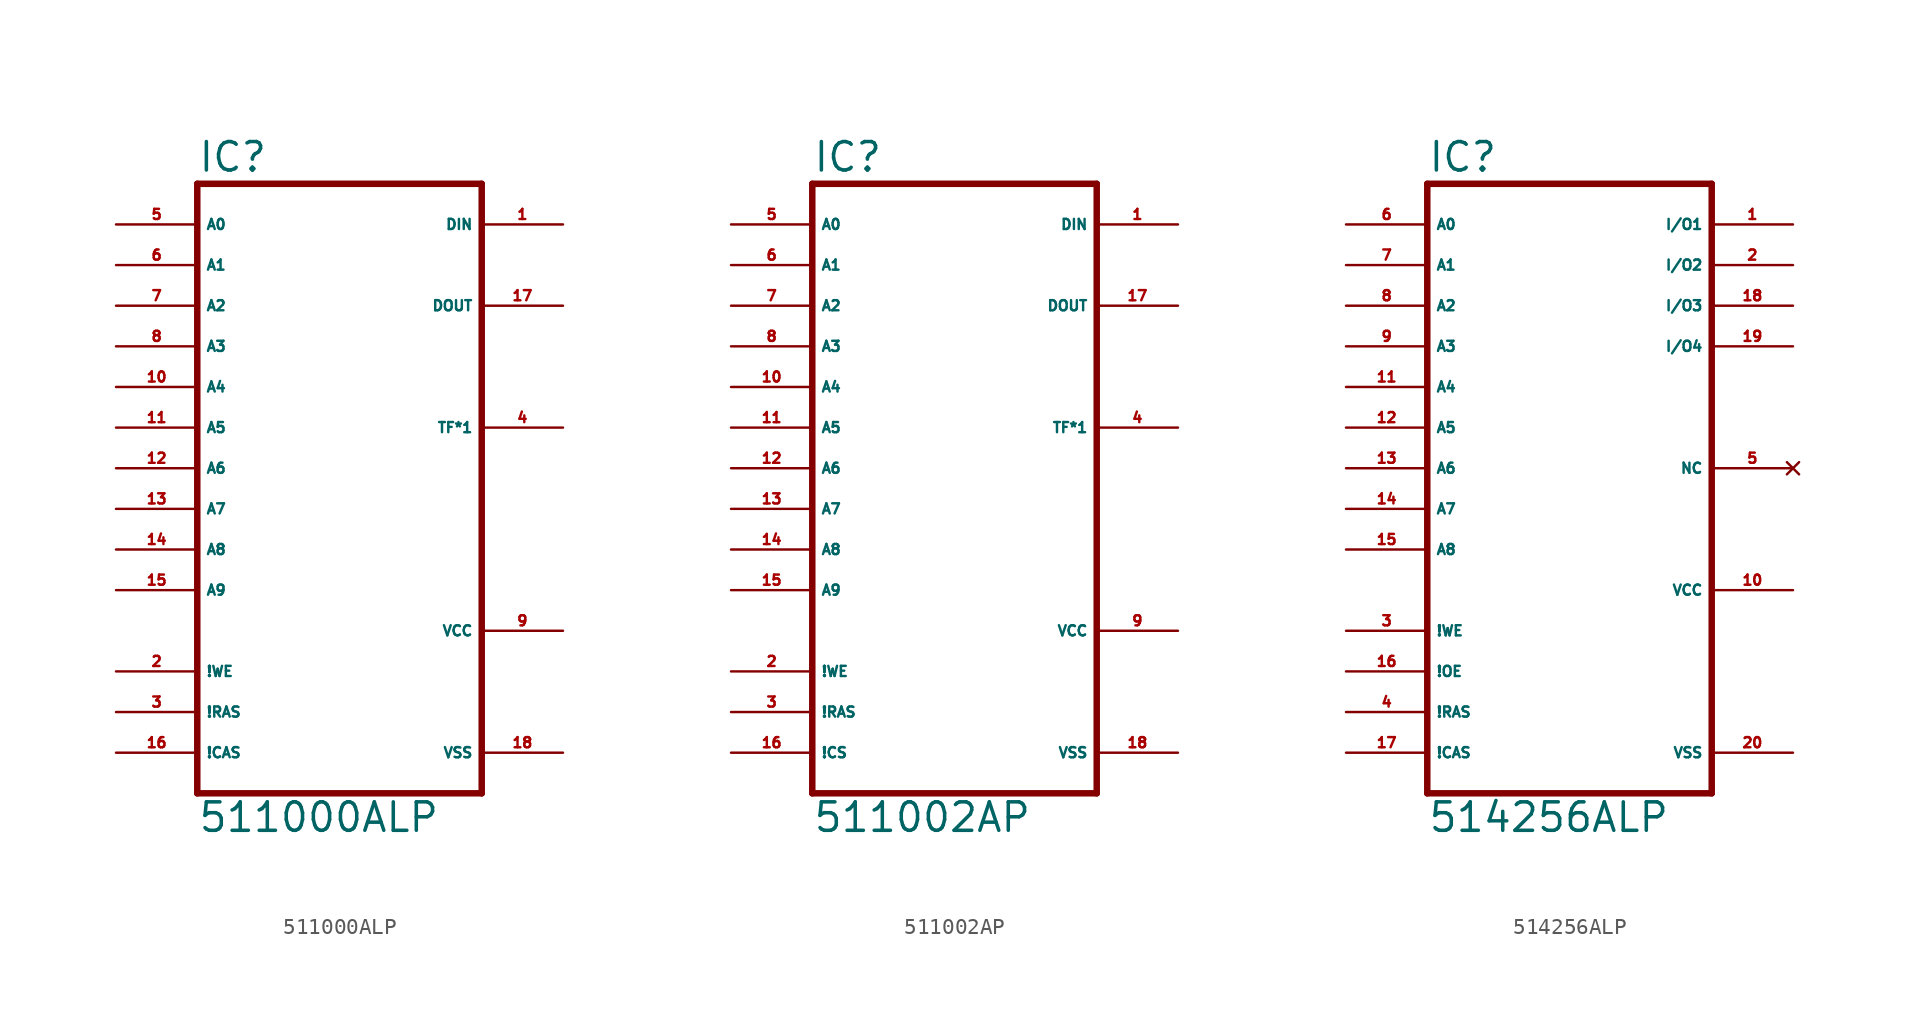
<source format=kicad_sym>
(kicad_symbol_lib
  (version 20220914)
  (generator Eagle2Kicad)
  (symbol "511000ALP"
    (property "Reference" "IC"
      (at -10.16 18.415 0)
      (effects (font (size 1.778 1.778) (thickness 0.22)) (justify left bottom)))
    (property "Value" "511000ALP"
      (at -10.16 -22.86 0)
      (effects (font (size 1.778 1.778) (thickness 0.22)) (justify left bottom)))
    (polyline
      (pts (xy -10.16 -20.32) (xy 7.62 -20.32))
      (stroke (width 0.406) (type default))
      (fill (type none)))
    (polyline
      (pts (xy 7.62 17.78) (xy 7.62 -20.32))
      (stroke (width 0.406) (type default))
      (fill (type none)))
    (polyline
      (pts (xy 7.62 17.78) (xy -10.16 17.78))
      (stroke (width 0.406) (type default))
      (fill (type none)))
    (polyline
      (pts (xy -10.16 -20.32) (xy -10.16 17.78))
      (stroke (width 0.406) (type default))
      (fill (type none)))
    (pin input line
      (at -15.24 15.24 0)
      (length 5.08)
      (name "A0" (effects (font (size 0.635 0.635) (thickness 0.08)) (justify left bottom)))
      (number "5" (effects (font (size 0.635 0.635) (thickness 0.08)) (justify left bottom))))
    (pin input line
      (at -15.24 12.7 0)
      (length 5.08)
      (name "A1" (effects (font (size 0.635 0.635) (thickness 0.08)) (justify left bottom)))
      (number "6" (effects (font (size 0.635 0.635) (thickness 0.08)) (justify left bottom))))
    (pin input line
      (at -15.24 10.16 0)
      (length 5.08)
      (name "A2" (effects (font (size 0.635 0.635) (thickness 0.08)) (justify left bottom)))
      (number "7" (effects (font (size 0.635 0.635) (thickness 0.08)) (justify left bottom))))
    (pin input line
      (at -15.24 7.62 0)
      (length 5.08)
      (name "A3" (effects (font (size 0.635 0.635) (thickness 0.08)) (justify left bottom)))
      (number "8" (effects (font (size 0.635 0.635) (thickness 0.08)) (justify left bottom))))
    (pin input line
      (at -15.24 5.08 0)
      (length 5.08)
      (name "A4" (effects (font (size 0.635 0.635) (thickness 0.08)) (justify left bottom)))
      (number "10" (effects (font (size 0.635 0.635) (thickness 0.08)) (justify left bottom))))
    (pin input line
      (at -15.24 2.54 0)
      (length 5.08)
      (name "A5" (effects (font (size 0.635 0.635) (thickness 0.08)) (justify left bottom)))
      (number "11" (effects (font (size 0.635 0.635) (thickness 0.08)) (justify left bottom))))
    (pin input line
      (at -15.24 0 0)
      (length 5.08)
      (name "A6" (effects (font (size 0.635 0.635) (thickness 0.08)) (justify left bottom)))
      (number "12" (effects (font (size 0.635 0.635) (thickness 0.08)) (justify left bottom))))
    (pin input line
      (at -15.24 -2.54 0)
      (length 5.08)
      (name "A7" (effects (font (size 0.635 0.635) (thickness 0.08)) (justify left bottom)))
      (number "13" (effects (font (size 0.635 0.635) (thickness 0.08)) (justify left bottom))))
    (pin input line
      (at -15.24 -5.08 0)
      (length 5.08)
      (name "A8" (effects (font (size 0.635 0.635) (thickness 0.08)) (justify left bottom)))
      (number "14" (effects (font (size 0.635 0.635) (thickness 0.08)) (justify left bottom))))
    (pin input line
      (at -15.24 -7.62 0)
      (length 5.08)
      (name "A9" (effects (font (size 0.635 0.635) (thickness 0.08)) (justify left bottom)))
      (number "15" (effects (font (size 0.635 0.635) (thickness 0.08)) (justify left bottom))))
    (pin input line
      (at -15.24 -12.7 0)
      (length 5.08)
      (name "!WE" (effects (font (size 0.635 0.635) (thickness 0.08)) (justify left bottom)))
      (number "2" (effects (font (size 0.635 0.635) (thickness 0.08)) (justify left bottom))))
    (pin input line
      (at -15.24 -15.24 0)
      (length 5.08)
      (name "!RAS" (effects (font (size 0.635 0.635) (thickness 0.08)) (justify left bottom)))
      (number "3" (effects (font (size 0.635 0.635) (thickness 0.08)) (justify left bottom))))
    (pin input line
      (at -15.24 -17.78 0)
      (length 5.08)
      (name "!CAS" (effects (font (size 0.635 0.635) (thickness 0.08)) (justify left bottom)))
      (number "16" (effects (font (size 0.635 0.635) (thickness 0.08)) (justify left bottom))))
    (pin unspecified line
      (at 12.7 -17.78 180)
      (length 5.08)
      (name "VSS" (effects (font (size 0.635 0.635) (thickness 0.08)) (justify left bottom)))
      (number "18" (effects (font (size 0.635 0.635) (thickness 0.08)) (justify left bottom))))
    (pin unspecified line
      (at 12.7 -10.16 180)
      (length 5.08)
      (name "VCC" (effects (font (size 0.635 0.635) (thickness 0.08)) (justify left bottom)))
      (number "9" (effects (font (size 0.635 0.635) (thickness 0.08)) (justify left bottom))))
    (pin input line
      (at 12.7 15.24 180)
      (length 5.08)
      (name "DIN" (effects (font (size 0.635 0.635) (thickness 0.08)) (justify left bottom)))
      (number "1" (effects (font (size 0.635 0.635) (thickness 0.08)) (justify left bottom))))
    (pin tri_state line
      (at 12.7 10.16 180)
      (length 5.08)
      (name "DOUT" (effects (font (size 0.635 0.635) (thickness 0.08)) (justify left bottom)))
      (number "17" (effects (font (size 0.635 0.635) (thickness 0.08)) (justify left bottom))))
    (pin passive line
      (at 12.7 2.54 180)
      (length 5.08)
      (name "TF*1" (effects (font (size 0.635 0.635) (thickness 0.08)) (justify left bottom)))
      (number "4" (effects (font (size 0.635 0.635) (thickness 0.08)) (justify left bottom)))))
  (symbol "511002AP"
    (property "Reference" "IC"
      (at -10.16 18.415 0)
      (effects (font (size 1.778 1.778) (thickness 0.22)) (justify left bottom)))
    (property "Value" "511002AP"
      (at -10.16 -22.86 0)
      (effects (font (size 1.778 1.778) (thickness 0.22)) (justify left bottom)))
    (polyline
      (pts (xy -10.16 -20.32) (xy 7.62 -20.32))
      (stroke (width 0.406) (type default))
      (fill (type none)))
    (polyline
      (pts (xy 7.62 17.78) (xy 7.62 -20.32))
      (stroke (width 0.406) (type default))
      (fill (type none)))
    (polyline
      (pts (xy 7.62 17.78) (xy -10.16 17.78))
      (stroke (width 0.406) (type default))
      (fill (type none)))
    (polyline
      (pts (xy -10.16 -20.32) (xy -10.16 17.78))
      (stroke (width 0.406) (type default))
      (fill (type none)))
    (pin input line
      (at -15.24 15.24 0)
      (length 5.08)
      (name "A0" (effects (font (size 0.635 0.635) (thickness 0.08)) (justify left bottom)))
      (number "5" (effects (font (size 0.635 0.635) (thickness 0.08)) (justify left bottom))))
    (pin input line
      (at -15.24 12.7 0)
      (length 5.08)
      (name "A1" (effects (font (size 0.635 0.635) (thickness 0.08)) (justify left bottom)))
      (number "6" (effects (font (size 0.635 0.635) (thickness 0.08)) (justify left bottom))))
    (pin input line
      (at -15.24 10.16 0)
      (length 5.08)
      (name "A2" (effects (font (size 0.635 0.635) (thickness 0.08)) (justify left bottom)))
      (number "7" (effects (font (size 0.635 0.635) (thickness 0.08)) (justify left bottom))))
    (pin input line
      (at -15.24 7.62 0)
      (length 5.08)
      (name "A3" (effects (font (size 0.635 0.635) (thickness 0.08)) (justify left bottom)))
      (number "8" (effects (font (size 0.635 0.635) (thickness 0.08)) (justify left bottom))))
    (pin input line
      (at -15.24 5.08 0)
      (length 5.08)
      (name "A4" (effects (font (size 0.635 0.635) (thickness 0.08)) (justify left bottom)))
      (number "10" (effects (font (size 0.635 0.635) (thickness 0.08)) (justify left bottom))))
    (pin input line
      (at -15.24 2.54 0)
      (length 5.08)
      (name "A5" (effects (font (size 0.635 0.635) (thickness 0.08)) (justify left bottom)))
      (number "11" (effects (font (size 0.635 0.635) (thickness 0.08)) (justify left bottom))))
    (pin input line
      (at -15.24 0 0)
      (length 5.08)
      (name "A6" (effects (font (size 0.635 0.635) (thickness 0.08)) (justify left bottom)))
      (number "12" (effects (font (size 0.635 0.635) (thickness 0.08)) (justify left bottom))))
    (pin input line
      (at -15.24 -2.54 0)
      (length 5.08)
      (name "A7" (effects (font (size 0.635 0.635) (thickness 0.08)) (justify left bottom)))
      (number "13" (effects (font (size 0.635 0.635) (thickness 0.08)) (justify left bottom))))
    (pin input line
      (at -15.24 -5.08 0)
      (length 5.08)
      (name "A8" (effects (font (size 0.635 0.635) (thickness 0.08)) (justify left bottom)))
      (number "14" (effects (font (size 0.635 0.635) (thickness 0.08)) (justify left bottom))))
    (pin input line
      (at -15.24 -7.62 0)
      (length 5.08)
      (name "A9" (effects (font (size 0.635 0.635) (thickness 0.08)) (justify left bottom)))
      (number "15" (effects (font (size 0.635 0.635) (thickness 0.08)) (justify left bottom))))
    (pin input line
      (at -15.24 -12.7 0)
      (length 5.08)
      (name "!WE" (effects (font (size 0.635 0.635) (thickness 0.08)) (justify left bottom)))
      (number "2" (effects (font (size 0.635 0.635) (thickness 0.08)) (justify left bottom))))
    (pin input line
      (at -15.24 -15.24 0)
      (length 5.08)
      (name "!RAS" (effects (font (size 0.635 0.635) (thickness 0.08)) (justify left bottom)))
      (number "3" (effects (font (size 0.635 0.635) (thickness 0.08)) (justify left bottom))))
    (pin input line
      (at -15.24 -17.78 0)
      (length 5.08)
      (name "!CS" (effects (font (size 0.635 0.635) (thickness 0.08)) (justify left bottom)))
      (number "16" (effects (font (size 0.635 0.635) (thickness 0.08)) (justify left bottom))))
    (pin unspecified line
      (at 12.7 -17.78 180)
      (length 5.08)
      (name "VSS" (effects (font (size 0.635 0.635) (thickness 0.08)) (justify left bottom)))
      (number "18" (effects (font (size 0.635 0.635) (thickness 0.08)) (justify left bottom))))
    (pin unspecified line
      (at 12.7 -10.16 180)
      (length 5.08)
      (name "VCC" (effects (font (size 0.635 0.635) (thickness 0.08)) (justify left bottom)))
      (number "9" (effects (font (size 0.635 0.635) (thickness 0.08)) (justify left bottom))))
    (pin input line
      (at 12.7 15.24 180)
      (length 5.08)
      (name "DIN" (effects (font (size 0.635 0.635) (thickness 0.08)) (justify left bottom)))
      (number "1" (effects (font (size 0.635 0.635) (thickness 0.08)) (justify left bottom))))
    (pin tri_state line
      (at 12.7 10.16 180)
      (length 5.08)
      (name "DOUT" (effects (font (size 0.635 0.635) (thickness 0.08)) (justify left bottom)))
      (number "17" (effects (font (size 0.635 0.635) (thickness 0.08)) (justify left bottom))))
    (pin passive line
      (at 12.7 2.54 180)
      (length 5.08)
      (name "TF*1" (effects (font (size 0.635 0.635) (thickness 0.08)) (justify left bottom)))
      (number "4" (effects (font (size 0.635 0.635) (thickness 0.08)) (justify left bottom)))))
  (symbol "514256ALP"
    (property "Reference" "IC"
      (at -10.16 20.955 0)
      (effects (font (size 1.778 1.778) (thickness 0.22)) (justify left bottom)))
    (property "Value" "514256ALP"
      (at -10.16 -20.32 0)
      (effects (font (size 1.778 1.778) (thickness 0.22)) (justify left bottom)))
    (polyline
      (pts (xy -10.16 -17.78) (xy 7.62 -17.78))
      (stroke (width 0.406) (type default))
      (fill (type none)))
    (polyline
      (pts (xy 7.62 20.32) (xy 7.62 -17.78))
      (stroke (width 0.406) (type default))
      (fill (type none)))
    (polyline
      (pts (xy 7.62 20.32) (xy -10.16 20.32))
      (stroke (width 0.406) (type default))
      (fill (type none)))
    (polyline
      (pts (xy -10.16 -17.78) (xy -10.16 20.32))
      (stroke (width 0.406) (type default))
      (fill (type none)))
    (pin input line
      (at -15.24 17.78 0)
      (length 5.08)
      (name "A0" (effects (font (size 0.635 0.635) (thickness 0.08)) (justify left bottom)))
      (number "6" (effects (font (size 0.635 0.635) (thickness 0.08)) (justify left bottom))))
    (pin input line
      (at -15.24 15.24 0)
      (length 5.08)
      (name "A1" (effects (font (size 0.635 0.635) (thickness 0.08)) (justify left bottom)))
      (number "7" (effects (font (size 0.635 0.635) (thickness 0.08)) (justify left bottom))))
    (pin input line
      (at -15.24 12.7 0)
      (length 5.08)
      (name "A2" (effects (font (size 0.635 0.635) (thickness 0.08)) (justify left bottom)))
      (number "8" (effects (font (size 0.635 0.635) (thickness 0.08)) (justify left bottom))))
    (pin input line
      (at -15.24 10.16 0)
      (length 5.08)
      (name "A3" (effects (font (size 0.635 0.635) (thickness 0.08)) (justify left bottom)))
      (number "9" (effects (font (size 0.635 0.635) (thickness 0.08)) (justify left bottom))))
    (pin input line
      (at -15.24 7.62 0)
      (length 5.08)
      (name "A4" (effects (font (size 0.635 0.635) (thickness 0.08)) (justify left bottom)))
      (number "11" (effects (font (size 0.635 0.635) (thickness 0.08)) (justify left bottom))))
    (pin input line
      (at -15.24 5.08 0)
      (length 5.08)
      (name "A5" (effects (font (size 0.635 0.635) (thickness 0.08)) (justify left bottom)))
      (number "12" (effects (font (size 0.635 0.635) (thickness 0.08)) (justify left bottom))))
    (pin input line
      (at -15.24 2.54 0)
      (length 5.08)
      (name "A6" (effects (font (size 0.635 0.635) (thickness 0.08)) (justify left bottom)))
      (number "13" (effects (font (size 0.635 0.635) (thickness 0.08)) (justify left bottom))))
    (pin input line
      (at -15.24 0 0)
      (length 5.08)
      (name "A7" (effects (font (size 0.635 0.635) (thickness 0.08)) (justify left bottom)))
      (number "14" (effects (font (size 0.635 0.635) (thickness 0.08)) (justify left bottom))))
    (pin input line
      (at -15.24 -2.54 0)
      (length 5.08)
      (name "A8" (effects (font (size 0.635 0.635) (thickness 0.08)) (justify left bottom)))
      (number "15" (effects (font (size 0.635 0.635) (thickness 0.08)) (justify left bottom))))
    (pin input line
      (at -15.24 -7.62 0)
      (length 5.08)
      (name "!WE" (effects (font (size 0.635 0.635) (thickness 0.08)) (justify left bottom)))
      (number "3" (effects (font (size 0.635 0.635) (thickness 0.08)) (justify left bottom))))
    (pin input line
      (at -15.24 -10.16 0)
      (length 5.08)
      (name "!OE" (effects (font (size 0.635 0.635) (thickness 0.08)) (justify left bottom)))
      (number "16" (effects (font (size 0.635 0.635) (thickness 0.08)) (justify left bottom))))
    (pin input line
      (at -15.24 -12.7 0)
      (length 5.08)
      (name "!RAS" (effects (font (size 0.635 0.635) (thickness 0.08)) (justify left bottom)))
      (number "4" (effects (font (size 0.635 0.635) (thickness 0.08)) (justify left bottom))))
    (pin input line
      (at -15.24 -15.24 0)
      (length 5.08)
      (name "!CAS" (effects (font (size 0.635 0.635) (thickness 0.08)) (justify left bottom)))
      (number "17" (effects (font (size 0.635 0.635) (thickness 0.08)) (justify left bottom))))
    (pin bidirectional line
      (at 12.7 17.78 180)
      (length 5.08)
      (name "I/O1" (effects (font (size 0.635 0.635) (thickness 0.08)) (justify left bottom)))
      (number "1" (effects (font (size 0.635 0.635) (thickness 0.08)) (justify left bottom))))
    (pin bidirectional line
      (at 12.7 15.24 180)
      (length 5.08)
      (name "I/O2" (effects (font (size 0.635 0.635) (thickness 0.08)) (justify left bottom)))
      (number "2" (effects (font (size 0.635 0.635) (thickness 0.08)) (justify left bottom))))
    (pin bidirectional line
      (at 12.7 12.7 180)
      (length 5.08)
      (name "I/O3" (effects (font (size 0.635 0.635) (thickness 0.08)) (justify left bottom)))
      (number "18" (effects (font (size 0.635 0.635) (thickness 0.08)) (justify left bottom))))
    (pin bidirectional line
      (at 12.7 10.16 180)
      (length 5.08)
      (name "I/O4" (effects (font (size 0.635 0.635) (thickness 0.08)) (justify left bottom)))
      (number "19" (effects (font (size 0.635 0.635) (thickness 0.08)) (justify left bottom))))
    (pin unspecified line
      (at 12.7 -15.24 180)
      (length 5.08)
      (name "VSS" (effects (font (size 0.635 0.635) (thickness 0.08)) (justify left bottom)))
      (number "20" (effects (font (size 0.635 0.635) (thickness 0.08)) (justify left bottom))))
    (pin unspecified line
      (at 12.7 -5.08 180)
      (length 5.08)
      (name "VCC" (effects (font (size 0.635 0.635) (thickness 0.08)) (justify left bottom)))
      (number "10" (effects (font (size 0.635 0.635) (thickness 0.08)) (justify left bottom))))
    (pin no_connect line
      (at 12.7 2.54 180)
      (length 5.08)
      (name "NC" (effects (font (size 0.635 0.635) (thickness 0.08)) (justify left bottom) hide))
      (number "5" (effects (font (size 0.635 0.635) (thickness 0.08)) (justify left bottom) hide)))))
</source>
